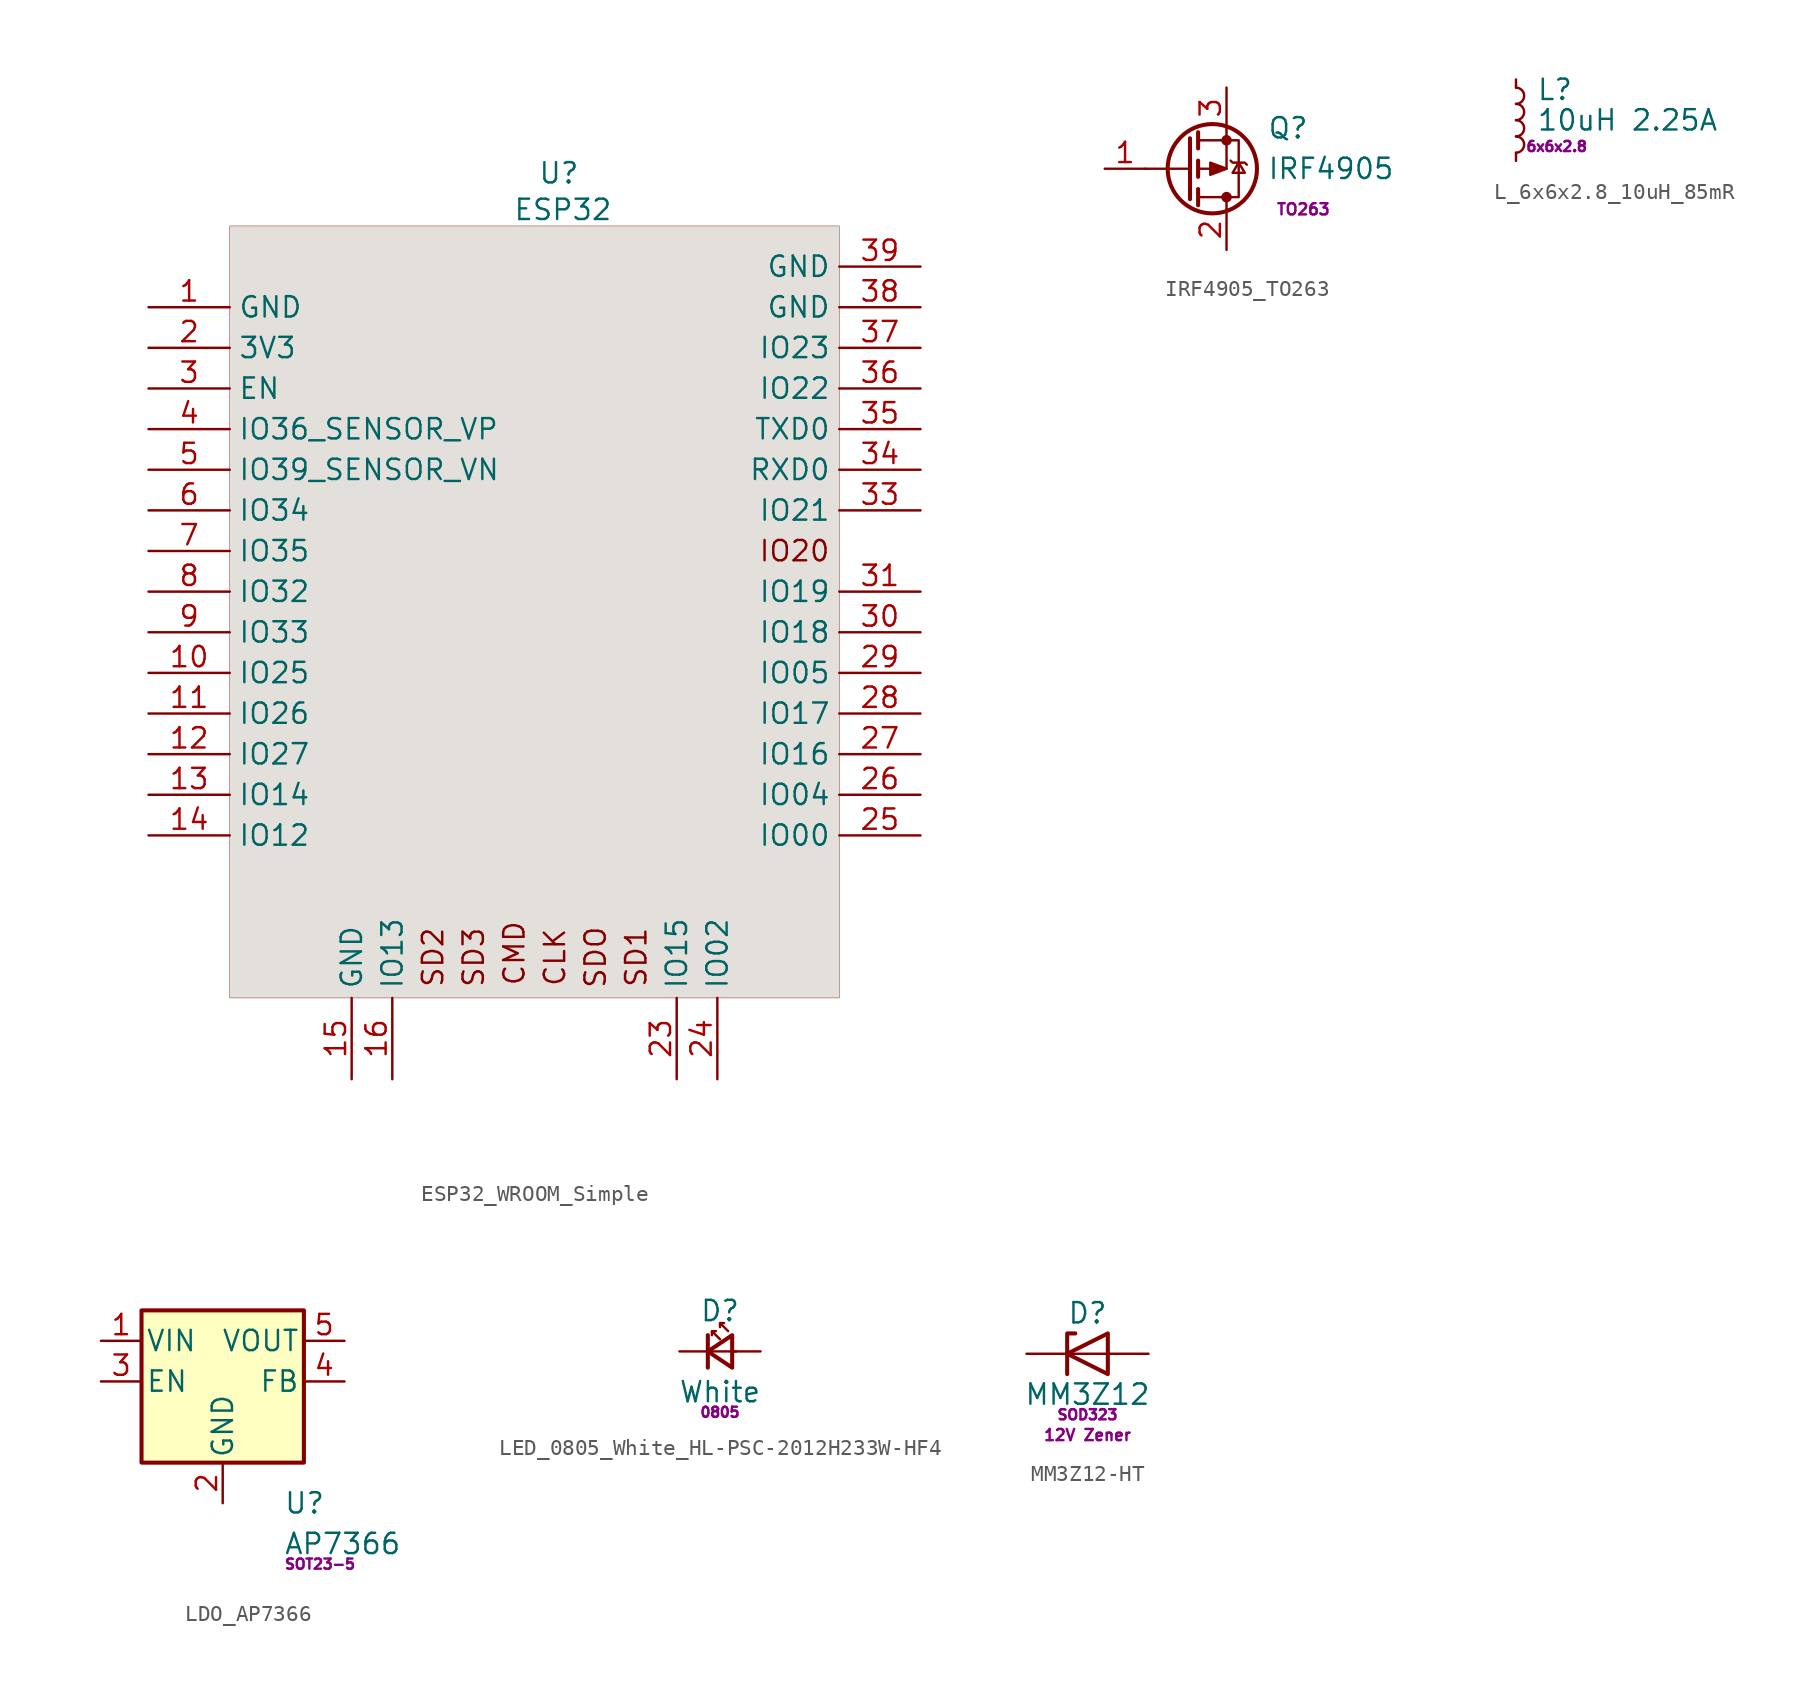
<source format=kicad_sym>
(kicad_symbol_lib
  (version 20241209)
  (generator "kicad_symbol_editor")
  (generator_version "9.0")
  (symbol "ESP32_WROOM_Simple"
    (property "Reference" "U"
      (at 25.654 8.382 0)
      (effects (font (size 1.27 1.27))))
    (property "Value" "ESP32"
      (at 25.908 6.096 0)
      (effects (font (size 1.27 1.27))))
    (symbol "ESP32_WROOM_Simple_1_0"
      (rectangle (start 43.18 5.08) (end 5.08 -43.18) (stroke (width 0.025) (type solid) (color 128 0 0 1)) (fill (type color) (color 200 195 187 0.5)))
      (pin power_in line (at 0 0 0) (length 5.08) (name "GND" (effects (font (size 1.27 1.27)))) (number "1" (effects (font (size 1.27 1.27)))))
      (pin power_in line (at 0 -2.54 0) (length 5.08) (name "3V3" (effects (font (size 1.27 1.27)))) (number "2" (effects (font (size 1.27 1.27)))))
      (pin input line (at 0 -5.08 0) (length 5.08) (name "EN" (effects (font (size 1.27 1.27)))) (number "3" (effects (font (size 1.27 1.27)))))
      (pin input line (at 0 -7.62 0) (length 5.08) (name "IO36_SENSOR_VP" (effects (font (size 1.27 1.27)))) (number "4" (effects (font (size 1.27 1.27)))))
      (pin input line (at 0 -10.16 0) (length 5.08) (name "IO39_SENSOR_VN" (effects (font (size 1.27 1.27)))) (number "5" (effects (font (size 1.27 1.27)))))
      (pin input line (at 0 -12.7 0) (length 5.08) (name "IO34" (effects (font (size 1.27 1.27)))) (number "6" (effects (font (size 1.27 1.27)))))
      (pin input line (at 0 -15.24 0) (length 5.08) (name "IO35" (effects (font (size 1.27 1.27)))) (number "7" (effects (font (size 1.27 1.27)))))
      (pin bidirectional line (at 0 -17.78 0) (length 5.08) (name "IO32" (effects (font (size 1.27 1.27)))) (number "8" (effects (font (size 1.27 1.27)))))
      (pin bidirectional line (at 0 -20.32 0) (length 5.08) (name "IO33" (effects (font (size 1.27 1.27)))) (number "9" (effects (font (size 1.27 1.27)))))
      (pin bidirectional line (at 0 -22.86 0) (length 5.08) (name "IO25" (effects (font (size 1.27 1.27)))) (number "10" (effects (font (size 1.27 1.27)))))
      (pin bidirectional line (at 0 -25.4 0) (length 5.08) (name "IO26" (effects (font (size 1.27 1.27)))) (number "11" (effects (font (size 1.27 1.27)))))
      (pin bidirectional line (at 0 -27.94 0) (length 5.08) (name "IO27" (effects (font (size 1.27 1.27)))) (number "12" (effects (font (size 1.27 1.27)))))
      (pin bidirectional line (at 0 -30.48 0) (length 5.08) (name "IO14" (effects (font (size 1.27 1.27)))) (number "13" (effects (font (size 1.27 1.27)))))
      (pin bidirectional line (at 0 -33.02 0) (length 5.08) (name "IO12" (effects (font (size 1.27 1.27)))) (number "14" (effects (font (size 1.27 1.27)))))
      (pin power_in line (at 12.7 -48.26 90) (length 5.08) (name "GND" (effects (font (size 1.27 1.27)))) (number "15" (effects (font (size 1.27 1.27)))))
      (pin bidirectional line (at 15.24 -48.26 90) (length 5.08) (name "IO13" (effects (font (size 1.27 1.27)))) (number "16" (effects (font (size 1.27 1.27)))))
      (pin bidirectional line (at 33.02 -48.26 90) (length 5.08) (name "IO15" (effects (font (size 1.27 1.27)))) (number "23" (effects (font (size 1.27 1.27)))))
      (pin bidirectional line (at 35.56 -48.26 90) (length 5.08) (name "IO02" (effects (font (size 1.27 1.27)))) (number "24" (effects (font (size 1.27 1.27)))))
      (pin power_in line (at 48.26 2.54 180) (length 5.08) (name "GND" (effects (font (size 1.27 1.27)))) (number "39" (effects (font (size 1.27 1.27)))))
      (pin power_in line (at 48.26 0 180) (length 5.08) (name "GND" (effects (font (size 1.27 1.27)))) (number "38" (effects (font (size 1.27 1.27)))))
      (pin bidirectional line (at 48.26 -2.54 180) (length 5.08) (name "IO23" (effects (font (size 1.27 1.27)))) (number "37" (effects (font (size 1.27 1.27)))))
      (pin bidirectional line (at 48.26 -5.08 180) (length 5.08) (name "IO22" (effects (font (size 1.27 1.27)))) (number "36" (effects (font (size 1.27 1.27)))))
      (pin bidirectional line (at 48.26 -7.62 180) (length 5.08) (name "TXD0" (effects (font (size 1.27 1.27)))) (number "35" (effects (font (size 1.27 1.27)))))
      (pin bidirectional line (at 48.26 -10.16 180) (length 5.08) (name "RXD0" (effects (font (size 1.27 1.27)))) (number "34" (effects (font (size 1.27 1.27)))))
      (pin bidirectional line (at 48.26 -12.7 180) (length 5.08) (name "IO21" (effects (font (size 1.27 1.27)))) (number "33" (effects (font (size 1.27 1.27)))))
      (pin bidirectional line (at 48.26 -17.78 180) (length 5.08) (name "IO19" (effects (font (size 1.27 1.27)))) (number "31" (effects (font (size 1.27 1.27)))))
      (pin bidirectional line (at 48.26 -20.32 180) (length 5.08) (name "IO18" (effects (font (size 1.27 1.27)))) (number "30" (effects (font (size 1.27 1.27)))))
      (pin bidirectional line (at 48.26 -22.86 180) (length 5.08) (name "IO05" (effects (font (size 1.27 1.27)))) (number "29" (effects (font (size 1.27 1.27)))))
      (pin bidirectional line (at 48.26 -25.4 180) (length 5.08) (name "IO17" (effects (font (size 1.27 1.27)))) (number "28" (effects (font (size 1.27 1.27)))))
      (pin bidirectional line (at 48.26 -27.94 180) (length 5.08) (name "IO16" (effects (font (size 1.27 1.27)))) (number "27" (effects (font (size 1.27 1.27)))))
      (pin bidirectional line (at 48.26 -30.48 180) (length 5.08) (name "IO04" (effects (font (size 1.27 1.27)))) (number "26" (effects (font (size 1.27 1.27)))))
      (pin bidirectional line (at 48.26 -33.02 180) (length 5.08) (name "IO00" (effects (font (size 1.27 1.27)))) (number "25" (effects (font (size 1.27 1.27))))))
    (symbol "ESP32_WROOM_Simple_1_1"
      (text "SD2" (at 17.78 -40.64 900) (effects (font (size 1.27 1.27))))
      (text "SD3" (at 20.32 -40.64 900) (effects (font (size 1.27 1.27))))
      (text "CMD" (at 22.86 -40.386 900) (effects (font (size 1.27 1.27))))
      (text "CLK" (at 25.4 -40.64 900) (effects (font (size 1.27 1.27))))
      (text "SDO" (at 27.94 -40.64 900) (effects (font (size 1.27 1.27))))
      (text "SD1" (at 30.48 -40.64 900) (effects (font (size 1.27 1.27))))
      (text "IO20" (at 40.386 -15.24 0) (effects (font (size 1.27 1.27))))))
  (symbol "IRF4905_TO263"
    (pin_names
      (hide yes))
    (property "Reference" "Q"
      (at 5.08 2.54 0)
      (effects (font (size 1.27 1.27)) (justify left)))
    (property "Value" "IRF4905"
      (at 5.08 0 0)
      (effects (font (size 1.27 1.27)) (justify left)))
    (property "Pad" " TO263"
      (at 5.08 -2.54 0)
      (effects (font (size 0.7 0.7)) (justify left)))
    (symbol "IRF4905_TO263_0_1"
      (polyline (pts (xy 0.254 1.905) (xy 0.254 -1.905)) (stroke (width 0.254) (type default)) (fill (type none)))
      (polyline (pts (xy 0.254 0) (xy -2.54 0)) (stroke (width 0) (type default)) (fill (type none)))
      (polyline (pts (xy 0.762 2.286) (xy 0.762 1.27)) (stroke (width 0.254) (type default)) (fill (type none)))
      (polyline (pts (xy 0.762 0.508) (xy 0.762 -0.508)) (stroke (width 0.254) (type default)) (fill (type none)))
      (polyline (pts (xy 0.762 -1.27) (xy 0.762 -2.286)) (stroke (width 0.254) (type default)) (fill (type none)))
      (polyline (pts (xy 0.762 -1.778) (xy 3.302 -1.778) (xy 3.302 1.778) (xy 0.762 1.778)) (stroke (width 0) (type default)) (fill (type none)))
      (circle (center 1.651 0) (radius 2.794) (stroke (width 0.254) (type default)) (fill (type none)))
      (polyline (pts (xy 2.54 2.54) (xy 2.54 0) (xy 0.762 0)) (stroke (width 0) (type default)) (fill (type none)))
      (circle (center 2.54 1.778) (radius 0.254) (stroke (width 0) (type default)) (fill (type outline)))
      (polyline (pts (xy 2.54 0) (xy 1.524 0.381) (xy 1.524 -0.381) (xy 2.54 0)) (stroke (width 0) (type default)) (fill (type outline)))
      (circle (center 2.54 -1.778) (radius 0.254) (stroke (width 0) (type default)) (fill (type outline)))
      (polyline (pts (xy 2.54 -2.54) (xy 2.54 -1.778)) (stroke (width 0) (type default)) (fill (type none)))
      (polyline (pts (xy 2.794 0.508) (xy 2.921 0.381) (xy 3.683 0.381) (xy 3.81 0.254)) (stroke (width 0) (type default)) (fill (type none)))
      (polyline (pts (xy 3.302 0.381) (xy 2.921 -0.254) (xy 3.683 -0.254) (xy 3.302 0.381)) (stroke (width 0) (type default)) (fill (type none))))
    (symbol "IRF4905_TO263_1_1"
      (pin input line (at -5.08 0 0) (length 2.54) (name "G" (effects (font (size 1.27 1.27)))) (number "1" (effects (font (size 1.27 1.27)))))
      (pin passive line (at 2.54 5.08 270) (length 2.54) (name "D" (effects (font (size 1.27 1.27)))) (number "3" (effects (font (size 1.27 1.27)))))
      (pin passive line (at 2.54 -5.08 90) (length 2.54) (name "S" (effects (font (size 1.27 1.27)))) (number "2" (effects (font (size 1.27 1.27)))))))
  (symbol "L_6x6x2.8_10uH_85mR"
    (pin_numbers
      (hide yes))
    (pin_names
      (offset 0.254)
      (hide yes))
    (property "Reference" "L"
      (at 1.27 1.905 0)
      (effects (font (size 1.27 1.27)) (justify left)))
    (property "Value" "10uH 2.25A"
      (at 1.27 0 0)
      (effects (font (size 1.27 1.27)) (justify left)))
    (property "Pad" "6x6x2.8"
      (at 2.54 -1.27 0)
      (effects (font (size 0.635 0.635)) (justify top)))
    (symbol "L_6x6x2.8_10uH_85mR_0_1"
      (arc (start 0 2.032) (mid 0.5058 1.524) (end 0 1.016) (stroke (width 0) (type default)) (fill (type none)))
      (arc (start 0 1.016) (mid 0.5058 0.508) (end 0 0) (stroke (width 0) (type default)) (fill (type none)))
      (arc (start 0 0) (mid 0.5058 -0.508) (end 0 -1.016) (stroke (width 0) (type default)) (fill (type none)))
      (arc (start 0 -1.016) (mid 0.5058 -1.524) (end 0 -2.032) (stroke (width 0) (type default)) (fill (type none))))
    (symbol "L_6x6x2.8_10uH_85mR_1_1"
      (pin passive line (at 0 2.54 270) (length 0.508) (name "~" (effects (font (size 1.27 1.27)))) (number "1" (effects (font (size 1.27 1.27)))))
      (pin passive line (at 0 -2.54 90) (length 0.508) (name "~" (effects (font (size 1.27 1.27)))) (number "2" (effects (font (size 1.27 1.27)))))))
  (symbol "LDO_AP7366"
    (pin_names
      (offset 0.254))
    (property "Reference" "U"
      (at 3.81 -7.62 0)
      (effects (font (size 1.27 1.27)) (justify left)))
    (property "Value" "AP7366"
      (at 3.81 -10.16 0)
      (effects (font (size 1.27 1.27)) (justify left)))
    (property "Pad" "SOT23-5"
      (at 3.81 -11.43 0)
      (effects (font (size 0.635 0.635)) (justify left)))
    (symbol "LDO_AP7366_0_1"
      (rectangle (start -5.08 4.445) (end 5.08 -5.08) (stroke (width 0.254) (type default)) (fill (type background))))
    (symbol "LDO_AP7366_1_1"
      (pin power_in line (at -7.62 2.54 0) (length 2.54) (name "VIN" (effects (font (size 1.27 1.27)))) (number "1" (effects (font (size 1.27 1.27)))))
      (pin input line (at -7.62 0 0) (length 2.54) (name "EN" (effects (font (size 1.27 1.27)))) (number "3" (effects (font (size 1.27 1.27)))))
      (pin power_in line (at 0 -7.62 90) (length 2.54) (name "GND" (effects (font (size 1.27 1.27)))) (number "2" (effects (font (size 1.27 1.27)))))
      (pin power_out line (at 7.62 2.54 180) (length 2.54) (name "VOUT" (effects (font (size 1.27 1.27)))) (number "5" (effects (font (size 1.27 1.27)))))
      (pin input line (at 7.62 0 180) (length 2.54) (name "FB" (effects (font (size 1.27 1.27)))) (number "4" (effects (font (size 1.27 1.27)))))))
  (symbol "LED_0805_White_HL-PSC-2012H233W-HF4"
    (pin_numbers
      (hide yes))
    (pin_names
      (offset 0.254)
      (hide yes))
    (property "Reference" "D"
      (at 0 2.54 0)
      (effects (font (size 1.27 1.27))))
    (property "Value" "White"
      (at 0 -2.54 0)
      (effects (font (size 1.27 1.27))))
    (property "Pad" "0805"
      (at 0 -3.81 0)
      (effects (font (size 0.635 0.635))))
    (symbol "LED_0805_White_HL-PSC-2012H233W-HF4_0_1"
      (polyline (pts (xy -0.762 -1.016) (xy -0.762 1.016)) (stroke (width 0.254) (type default)) (fill (type none)))
      (polyline (pts (xy 0 0.762) (xy -0.508 1.27) (xy -0.254 1.27) (xy -0.508 1.27) (xy -0.508 1.016)) (stroke (width 0) (type default)) (fill (type none)))
      (polyline (pts (xy 0.508 1.27) (xy 0 1.778) (xy 0.254 1.778) (xy 0 1.778) (xy 0 1.524)) (stroke (width 0) (type default)) (fill (type none)))
      (polyline (pts (xy 0.762 -1.016) (xy -0.762 0) (xy 0.762 1.016) (xy 0.762 -1.016)) (stroke (width 0.254) (type default)) (fill (type none)))
      (polyline (pts (xy 1.016 0) (xy -0.762 0)) (stroke (width 0) (type default)) (fill (type none))))
    (symbol "LED_0805_White_HL-PSC-2012H233W-HF4_1_1"
      (pin passive line (at -2.54 0 0) (length 1.778) (name "K" (effects (font (size 1.27 1.27)))) (number "1" (effects (font (size 1.27 1.27)))))
      (pin passive line (at 2.54 0 180) (length 1.778) (name "A" (effects (font (size 1.27 1.27)))) (number "2" (effects (font (size 1.27 1.27)))))))
  (symbol "MM3Z12-HT"
    (pin_numbers
      (hide yes))
    (pin_names
      (offset 1.016)
      (hide yes))
    (property "Reference" "D"
      (at 0 2.54 0)
      (effects (font (size 1.27 1.27))))
    (property "Value" "MM3Z12"
      (at 0 -2.54 0)
      (effects (font (size 1.27 1.27))))
    (property "Alternative" "12V Zener"
      (at 0 -5.08 0)
      (effects (font (size 0.7 0.7))))
    (property "Pad" "SOD323"
      (at 0 -3.81 0)
      (effects (font (size 0.635 0.635))))
    (symbol "MM3Z12-HT_0_1"
      (polyline (pts (xy -1.27 -1.27) (xy -1.27 1.27) (xy -0.762 1.27)) (stroke (width 0.254) (type default)) (fill (type none)))
      (polyline (pts (xy 1.27 0) (xy -1.27 0)) (stroke (width 0) (type default)) (fill (type none)))
      (polyline (pts (xy 1.27 -1.27) (xy 1.27 1.27) (xy -1.27 0) (xy 1.27 -1.27)) (stroke (width 0.254) (type default)) (fill (type none))))
    (symbol "MM3Z12-HT_1_1"
      (pin passive line (at -3.81 0 0) (length 2.54) (name "K" (effects (font (size 1.27 1.27)))) (number "1" (effects (font (size 1.27 1.27)))))
      (pin passive line (at 3.81 0 180) (length 2.54) (name "A" (effects (font (size 1.27 1.27)))) (number "2" (effects (font (size 1.27 1.27))))))))
</source>
